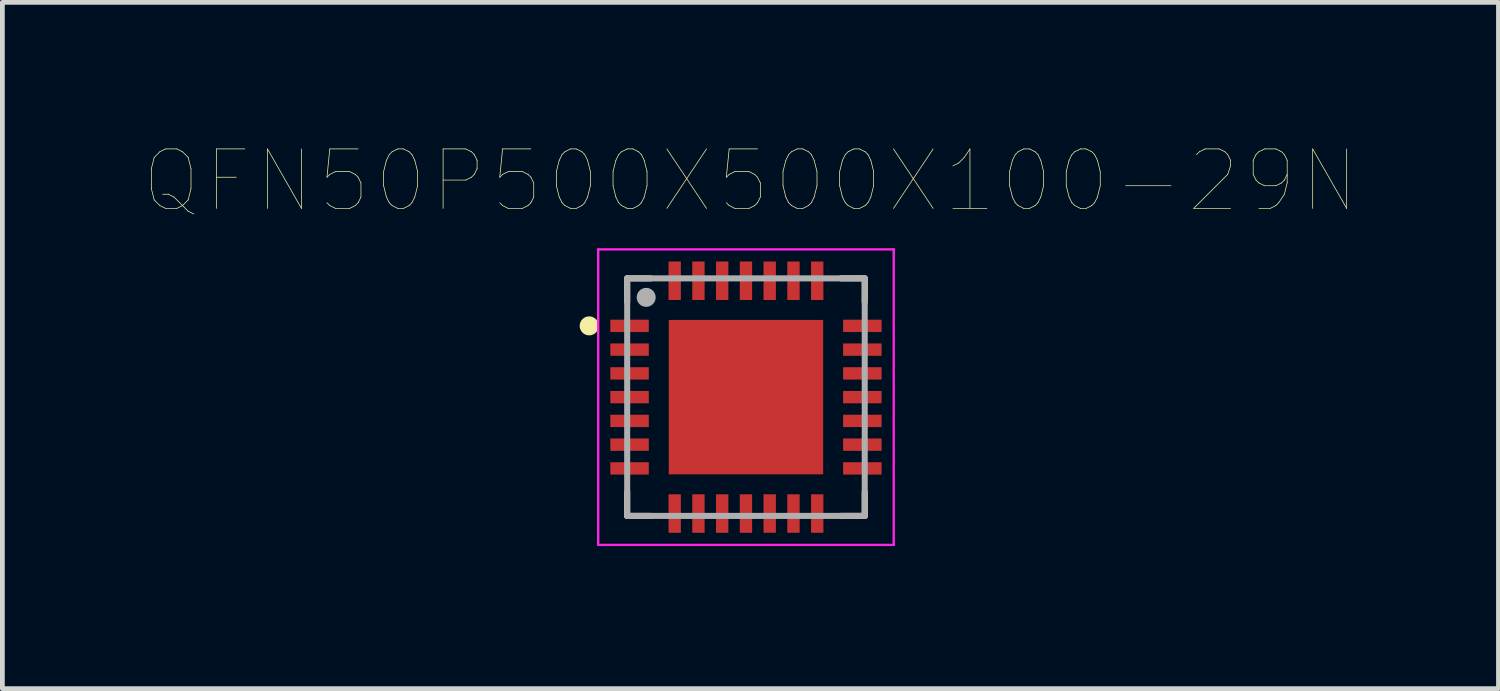
<source format=kicad_pcb>
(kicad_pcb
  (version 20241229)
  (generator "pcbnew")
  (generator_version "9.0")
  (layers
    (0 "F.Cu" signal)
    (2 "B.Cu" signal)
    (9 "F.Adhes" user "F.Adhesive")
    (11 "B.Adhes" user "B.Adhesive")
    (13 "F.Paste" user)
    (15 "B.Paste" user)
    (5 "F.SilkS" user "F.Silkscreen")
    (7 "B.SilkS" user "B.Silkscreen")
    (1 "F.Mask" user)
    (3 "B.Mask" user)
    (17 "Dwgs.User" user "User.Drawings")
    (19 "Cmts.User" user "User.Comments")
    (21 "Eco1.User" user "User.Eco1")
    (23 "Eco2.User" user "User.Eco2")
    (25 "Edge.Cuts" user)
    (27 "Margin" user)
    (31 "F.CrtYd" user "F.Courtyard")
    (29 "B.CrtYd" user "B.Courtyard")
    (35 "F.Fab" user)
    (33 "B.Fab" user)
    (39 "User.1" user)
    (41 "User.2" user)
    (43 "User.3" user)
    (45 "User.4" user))
  (footprint "QFN50P500X500X100-29N"
    (layer "F.Cu")
    (at 12.651 5.309)
    (property "Reference" "QFN50P500X500X100-29N" (at 0.094 -4.551 0) (layer "F.SilkS") (effects (font (size 1.252 1.252) (thickness 0.015))))
    (attr through_hole)
    (fp_line (start -2.5 -2.5) (end -2 -2.5) (stroke (width 0.127) (type solid)) (layer "F.SilkS"))
    (fp_line (start -2.5 -2) (end -2.5 -2.5) (stroke (width 0.127) (type solid)) (layer "F.SilkS"))
    (fp_line (start -2.5 2.5) (end -2.5 2) (stroke (width 0.127) (type solid)) (layer "F.SilkS"))
    (fp_line (start -2 2.5) (end -2.5 2.5) (stroke (width 0.127) (type solid)) (layer "F.SilkS"))
    (fp_line (start 2 -2.5) (end 2.5 -2.5) (stroke (width 0.127) (type solid)) (layer "F.SilkS"))
    (fp_line (start 2.5 -2.5) (end 2.5 -2) (stroke (width 0.127) (type solid)) (layer "F.SilkS"))
    (fp_line (start 2.5 2) (end 2.5 2.5) (stroke (width 0.127) (type solid)) (layer "F.SilkS"))
    (fp_line (start 2.5 2.5) (end 2 2.5) (stroke (width 0.127) (type solid)) (layer "F.SilkS"))
    (fp_circle (center -3.3 -1.5) (end -3.2 -1.5) (stroke (width 0.2) (type solid)) (fill no) (layer "F.SilkS"))
    (fp_poly (pts (xy -1.311 -1.31) (xy -0.16 -1.31) (xy -0.16 -0.16) (xy -1.311 -0.16)) (stroke (width 0.01) (type solid)) (fill yes) (layer "F.Paste"))
    (fp_poly (pts (xy -1.311 0.16) (xy -0.16 0.16) (xy -0.16 1.311) (xy -1.311 1.311)) (stroke (width 0.01) (type solid)) (fill yes) (layer "F.Paste"))
    (fp_poly (pts (xy 0.16 0.16) (xy 1.31 0.16) (xy 1.31 1.31) (xy 0.16 1.31)) (stroke (width 0.01) (type solid)) (fill yes) (layer "F.Paste"))
    (fp_poly (pts (xy 0.16 -1.31) (xy 1.31 -1.31) (xy 1.31 -0.16) (xy 0.16 -0.16)) (stroke (width 0.01) (type solid)) (fill yes) (layer "F.Paste"))
    (fp_line (start -3.11 -3.11) (end 3.11 -3.11) (stroke (width 0.05) (type solid)) (layer "F.CrtYd"))
    (fp_line (start -3.11 3.11) (end -3.11 -3.11) (stroke (width 0.05) (type solid)) (layer "F.CrtYd"))
    (fp_line (start 3.11 -3.11) (end 3.11 3.11) (stroke (width 0.05) (type solid)) (layer "F.CrtYd"))
    (fp_line (start 3.11 3.11) (end -3.11 3.11) (stroke (width 0.05) (type solid)) (layer "F.CrtYd"))
    (fp_line (start -2.5 -2.5) (end 2.5 -2.5) (stroke (width 0.127) (type solid)) (layer "F.Fab"))
    (fp_line (start -2.5 2.5) (end -2.5 -2.5) (stroke (width 0.127) (type solid)) (layer "F.Fab"))
    (fp_line (start 2.5 -2.5) (end 2.5 2.5) (stroke (width 0.127) (type solid)) (layer "F.Fab"))
    (fp_line (start 2.5 2.5) (end -2.5 2.5) (stroke (width 0.127) (type solid)) (layer "F.Fab"))
    (fp_circle (center -2.1 -2.1) (end -2 -2.1) (stroke (width 0.2) (type solid)) (fill no) (layer "F.Fab"))
    (pad "1" smd rect (at -2.45 -1.5) (size 0.81 0.26) (layers "F.Cu" "F.Mask" "F.Paste"))
    (pad "2" smd rect (at -2.45 -1) (size 0.81 0.26) (layers "F.Cu" "F.Mask" "F.Paste"))
    (pad "3" smd rect (at -2.45 -0.5) (size 0.81 0.26) (layers "F.Cu" "F.Mask" "F.Paste"))
    (pad "4" smd rect (at -2.45 0) (size 0.81 0.26) (layers "F.Cu" "F.Mask" "F.Paste"))
    (pad "5" smd rect (at -2.45 0.5) (size 0.81 0.26) (layers "F.Cu" "F.Mask" "F.Paste"))
    (pad "6" smd rect (at -2.45 1) (size 0.81 0.26) (layers "F.Cu" "F.Mask" "F.Paste"))
    (pad "7" smd rect (at -2.45 1.5) (size 0.81 0.26) (layers "F.Cu" "F.Mask" "F.Paste"))
    (pad "8" smd rect (at -1.5 2.45) (size 0.26 0.81) (layers "F.Cu" "F.Mask" "F.Paste"))
    (pad "9" smd rect (at -1 2.45) (size 0.26 0.81) (layers "F.Cu" "F.Mask" "F.Paste"))
    (pad "10" smd rect (at -0.5 2.45) (size 0.26 0.81) (layers "F.Cu" "F.Mask" "F.Paste"))
    (pad "11" smd rect (at 0 2.45) (size 0.26 0.81) (layers "F.Cu" "F.Mask" "F.Paste"))
    (pad "12" smd rect (at 0.5 2.45) (size 0.26 0.81) (layers "F.Cu" "F.Mask" "F.Paste"))
    (pad "13" smd rect (at 1 2.45) (size 0.26 0.81) (layers "F.Cu" "F.Mask" "F.Paste"))
    (pad "14" smd rect (at 1.5 2.45) (size 0.26 0.81) (layers "F.Cu" "F.Mask" "F.Paste"))
    (pad "15" smd rect (at 2.45 1.5) (size 0.81 0.26) (layers "F.Cu" "F.Mask" "F.Paste"))
    (pad "16" smd rect (at 2.45 1) (size 0.81 0.26) (layers "F.Cu" "F.Mask" "F.Paste"))
    (pad "17" smd rect (at 2.45 0.5) (size 0.81 0.26) (layers "F.Cu" "F.Mask" "F.Paste"))
    (pad "18" smd rect (at 2.45 0) (size 0.81 0.26) (layers "F.Cu" "F.Mask" "F.Paste"))
    (pad "19" smd rect (at 2.45 -0.5) (size 0.81 0.26) (layers "F.Cu" "F.Mask" "F.Paste"))
    (pad "20" smd rect (at 2.45 -1) (size 0.81 0.26) (layers "F.Cu" "F.Mask" "F.Paste"))
    (pad "21" smd rect (at 2.45 -1.5) (size 0.81 0.26) (layers "F.Cu" "F.Mask" "F.Paste"))
    (pad "22" smd rect (at 1.5 -2.45) (size 0.26 0.81) (layers "F.Cu" "F.Mask" "F.Paste"))
    (pad "23" smd rect (at 1 -2.45) (size 0.26 0.81) (layers "F.Cu" "F.Mask" "F.Paste"))
    (pad "24" smd rect (at 0.5 -2.45) (size 0.26 0.81) (layers "F.Cu" "F.Mask" "F.Paste"))
    (pad "25" smd rect (at 0 -2.45) (size 0.26 0.81) (layers "F.Cu" "F.Mask" "F.Paste"))
    (pad "26" smd rect (at -0.5 -2.45) (size 0.26 0.81) (layers "F.Cu" "F.Mask" "F.Paste"))
    (pad "27" smd rect (at -1 -2.45) (size 0.26 0.81) (layers "F.Cu" "F.Mask" "F.Paste"))
    (pad "28" smd rect (at -1.5 -2.45) (size 0.26 0.81) (layers "F.Cu" "F.Mask" "F.Paste"))
    (pad "29" smd rect (at 0 0) (size 3.25 3.25) (layers "F.Cu" "F.Mask")))
  (gr_rect
    (start -3 -3)
    (end 28.49 11.444)
    (stroke (width 0.1) (type default))
    (fill no)
    (layer "Edge.Cuts")))
</source>
